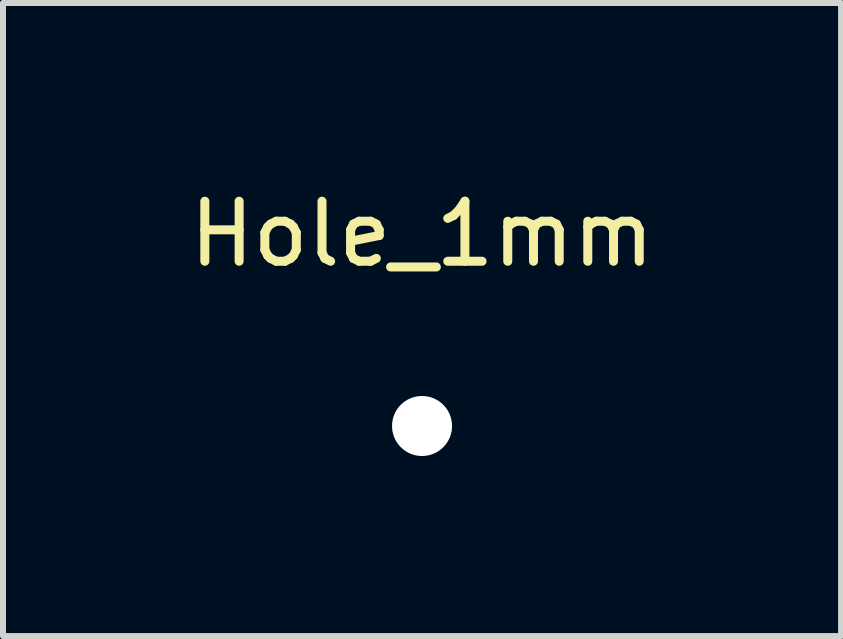
<source format=kicad_pcb>
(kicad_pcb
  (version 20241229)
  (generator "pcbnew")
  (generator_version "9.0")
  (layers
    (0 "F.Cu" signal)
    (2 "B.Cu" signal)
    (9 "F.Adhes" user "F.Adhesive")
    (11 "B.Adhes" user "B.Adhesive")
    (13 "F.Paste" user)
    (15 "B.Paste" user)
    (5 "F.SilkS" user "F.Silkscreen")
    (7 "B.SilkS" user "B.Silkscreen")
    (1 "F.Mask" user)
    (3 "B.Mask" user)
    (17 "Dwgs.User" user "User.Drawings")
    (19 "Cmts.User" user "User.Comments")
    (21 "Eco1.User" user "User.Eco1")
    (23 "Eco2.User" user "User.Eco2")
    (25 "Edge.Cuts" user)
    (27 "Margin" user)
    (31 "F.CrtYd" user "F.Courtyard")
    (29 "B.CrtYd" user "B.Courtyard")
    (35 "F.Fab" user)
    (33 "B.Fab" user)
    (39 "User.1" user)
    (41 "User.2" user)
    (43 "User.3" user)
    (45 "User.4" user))
  (footprint "Hole_1mm"
    (layer "F.Cu")
    (at 3.982 4.048)
    (property "Reference" "Hole_1mm" (at 0 -3.2 0) (layer "F.SilkS") (effects (font (size 1 1) (thickness 0.15))))
    (attr exclude_from_pos_files exclude_from_bom)
    (pad "" np_thru_hole circle (at 0 0) (size 1 1) (drill 1) (layers "*.Cu" "*.Mask")))
  (gr_rect
    (start -3 -3)
    (end 10.964 7.548)
    (stroke (width 0.1) (type default))
    (fill no)
    (layer "Edge.Cuts")))
</source>
